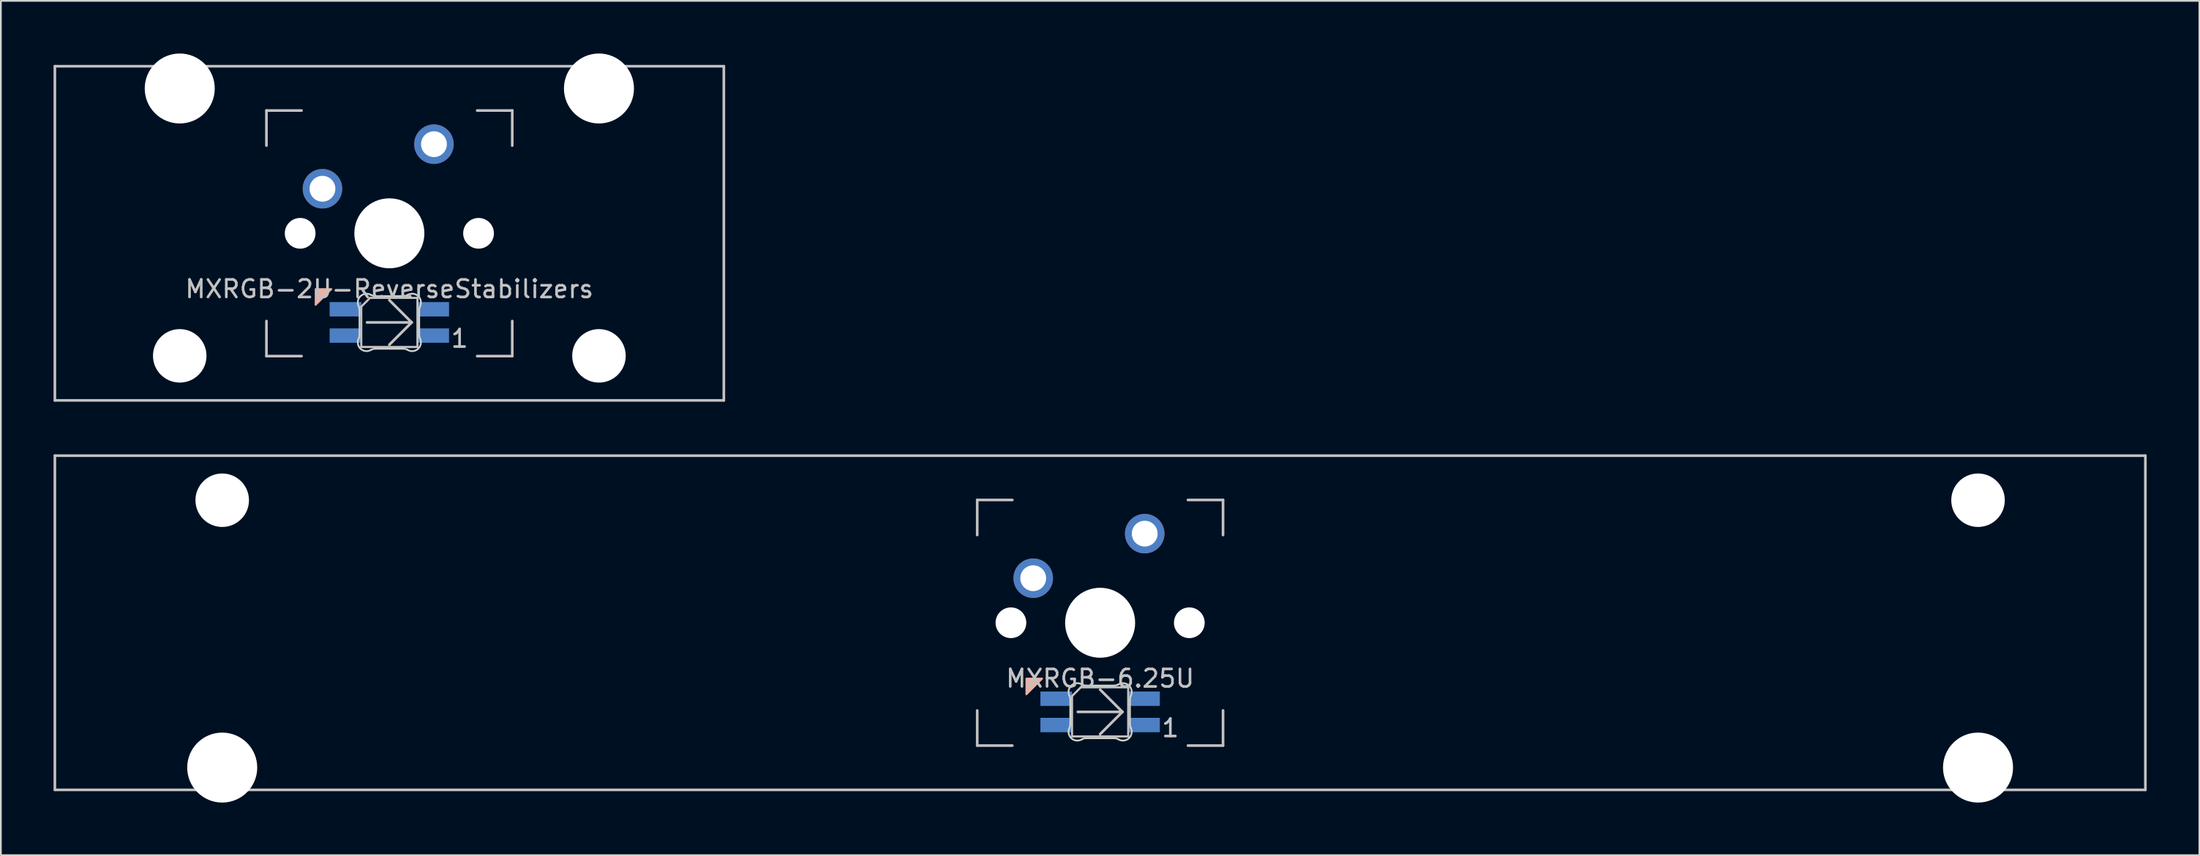
<source format=kicad_pcb>
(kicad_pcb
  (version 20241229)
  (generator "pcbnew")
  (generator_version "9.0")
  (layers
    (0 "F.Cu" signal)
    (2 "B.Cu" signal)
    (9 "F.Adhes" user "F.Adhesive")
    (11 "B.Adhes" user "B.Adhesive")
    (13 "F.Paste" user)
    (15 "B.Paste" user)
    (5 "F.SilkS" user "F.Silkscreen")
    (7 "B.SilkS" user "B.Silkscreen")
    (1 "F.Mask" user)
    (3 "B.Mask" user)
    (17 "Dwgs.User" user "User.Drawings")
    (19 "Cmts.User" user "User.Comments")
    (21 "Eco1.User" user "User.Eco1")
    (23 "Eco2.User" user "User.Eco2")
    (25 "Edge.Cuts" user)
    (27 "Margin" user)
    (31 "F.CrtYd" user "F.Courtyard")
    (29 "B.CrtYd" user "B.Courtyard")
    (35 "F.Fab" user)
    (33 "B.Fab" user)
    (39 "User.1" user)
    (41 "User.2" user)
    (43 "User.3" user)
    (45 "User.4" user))
  (footprint "MXRGB-6.25U"
    (layer "F.Cu")
    (at 59.606 32.449)
    (property "Reference" "MXRGB-6.25U" (at 0 3.175 0) (layer "Dwgs.User") (effects (font (size 1 1) (thickness 0.15))))
    (attr through_hole)
    (fp_poly (pts (xy -4.2 4.08) (xy -3.3 3.18) (xy -4.2 3.18)) (stroke (width 0.1) (type solid)) (fill yes) (layer "B.SilkS"))
    (fp_line (start -59.531 -9.525) (end 59.531 -9.525) (stroke (width 0.15) (type solid)) (layer "Dwgs.User"))
    (fp_line (start -59.531 9.525) (end -59.531 -9.525) (stroke (width 0.15) (type solid)) (layer "Dwgs.User"))
    (fp_line (start -59.531 9.525) (end 59.531 9.525) (stroke (width 0.15) (type solid)) (layer "Dwgs.User"))
    (fp_line (start -7 -7) (end -7 -5) (stroke (width 0.15) (type solid)) (layer "Dwgs.User"))
    (fp_line (start -7 5) (end -7 7) (stroke (width 0.15) (type solid)) (layer "Dwgs.User"))
    (fp_line (start -7 7) (end -5 7) (stroke (width 0.15) (type solid)) (layer "Dwgs.User"))
    (fp_line (start -5 -7) (end -7 -7) (stroke (width 0.15) (type solid)) (layer "Dwgs.User"))
    (fp_line (start -1.6 4.18) (end -1.6 6.48) (stroke (width 0.12) (type solid)) (layer "Dwgs.User"))
    (fp_line (start -1.6 4.18) (end -1.1 3.68) (stroke (width 0.12) (type solid)) (layer "Dwgs.User"))
    (fp_line (start -1.6 6.48) (end 1.6 6.48) (stroke (width 0.12) (type solid)) (layer "Dwgs.User"))
    (fp_line (start -1.27 5.08) (end 1.27 5.08) (stroke (width 0.15) (type solid)) (layer "Dwgs.User"))
    (fp_line (start 1.27 5.08) (end 0 3.81) (stroke (width 0.15) (type solid)) (layer "Dwgs.User"))
    (fp_line (start 1.27 5.08) (end 0 6.35) (stroke (width 0.15) (type solid)) (layer "Dwgs.User"))
    (fp_line (start 1.6 3.68) (end -1.1 3.68) (stroke (width 0.12) (type solid)) (layer "Dwgs.User"))
    (fp_line (start 1.6 6.48) (end 1.6 3.68) (stroke (width 0.12) (type solid)) (layer "Dwgs.User"))
    (fp_line (start 5 -7) (end 7 -7) (stroke (width 0.15) (type solid)) (layer "Dwgs.User"))
    (fp_line (start 5 7) (end 7 7) (stroke (width 0.15) (type solid)) (layer "Dwgs.User"))
    (fp_line (start 7 -7) (end 7 -5) (stroke (width 0.15) (type solid)) (layer "Dwgs.User"))
    (fp_line (start 7 7) (end 7 5) (stroke (width 0.15) (type solid)) (layer "Dwgs.User"))
    (fp_line (start 59.531 -9.525) (end 59.531 9.525) (stroke (width 0.15) (type solid)) (layer "Dwgs.User"))
    (fp_line (start -1.7 5.783) (end -1.7 4.377) (stroke (width 0.1) (type solid)) (layer "Edge.Cuts"))
    (fp_line (start -0.794 3.58) (end 0.794 3.58) (stroke (width 0.1) (type solid)) (layer "Edge.Cuts"))
    (fp_line (start 0.794 6.58) (end -0.794 6.58) (stroke (width 0.1) (type solid)) (layer "Edge.Cuts"))
    (fp_line (start 1.7 4.377) (end 1.7 5.783) (stroke (width 0.1) (type solid)) (layer "Edge.Cuts"))
    (fp_arc (start -1.749484 4.160281) (mid -1.712527 4.265933) (end -1.699999 4.377159) (stroke (width 0.1) (type solid)) (layer "Edge.Cuts"))
    (fp_arc (start -1.749484 4.160282) (mid -1.638072 3.575966) (end -1.046711 3.511702) (stroke (width 0.1) (type solid)) (layer "Edge.Cuts"))
    (fp_arc (start -1.699999 5.782844) (mid -1.712527 5.894069) (end -1.749484 5.999721) (stroke (width 0.1) (type solid)) (layer "Edge.Cuts"))
    (fp_arc (start -1.046711 6.648299) (mid -1.638071 6.584035) (end -1.749484 5.999721) (stroke (width 0.1) (type solid)) (layer "Edge.Cuts"))
    (fp_arc (start -1.046711 6.648299) (mid -0.925123 6.597377) (end -0.794453 6.58) (stroke (width 0.1) (type solid)) (layer "Edge.Cuts"))
    (fp_arc (start -0.794452 3.580001) (mid -0.925123 3.562624) (end -1.046711 3.511702) (stroke (width 0.1) (type solid)) (layer "Edge.Cuts"))
    (fp_arc (start 0.794453 6.580001) (mid 0.925123 6.597378) (end 1.046711 6.6483) (stroke (width 0.1) (type solid)) (layer "Edge.Cuts"))
    (fp_arc (start 1.04671 3.511702) (mid 0.925122 3.562624) (end 0.794452 3.580001) (stroke (width 0.1) (type solid)) (layer "Edge.Cuts"))
    (fp_arc (start 1.046711 3.511704) (mid 1.63807 3.575967) (end 1.749484 4.160281) (stroke (width 0.1) (type solid)) (layer "Edge.Cuts"))
    (fp_arc (start 1.699999 4.377158) (mid 1.712527 4.265933) (end 1.749484 4.160281) (stroke (width 0.1) (type solid)) (layer "Edge.Cuts"))
    (fp_arc (start 1.749484 5.999721) (mid 1.638071 6.584036) (end 1.046711 6.6483) (stroke (width 0.1) (type solid)) (layer "Edge.Cuts"))
    (fp_arc (start 1.749484 5.999721) (mid 1.712527 5.894069) (end 1.699999 5.782843) (stroke (width 0.1) (type solid)) (layer "Edge.Cuts"))
    (fp_text user "1" (at 4 6 0) (layer "Dwgs.User") (effects (font (size 1 1) (thickness 0.15))))
    (pad "" np_thru_hole circle (at -50 -6.985) (size 3.048 3.048) (drill 3.048) (layers "*.Cu" "*.Mask"))
    (pad "" np_thru_hole circle (at -50 8.255) (size 3.988 3.988) (drill 3.988) (layers "*.Cu" "*.Mask"))
    (pad "" np_thru_hole circle (at -5.08 0 48.1) (size 1.75 1.75) (drill 1.75) (layers "*.Cu" "*.Mask"))
    (pad "" np_thru_hole circle (at 0 0) (size 3.988 3.988) (drill 3.988) (layers "*.Cu" "*.Mask"))
    (pad "" np_thru_hole circle (at 5.08 0 48.1) (size 1.75 1.75) (drill 1.75) (layers "*.Cu" "*.Mask"))
    (pad "" np_thru_hole circle (at 50 -6.985) (size 3.048 3.048) (drill 3.048) (layers "*.Cu" "*.Mask"))
    (pad "" np_thru_hole circle (at 50 8.255) (size 3.988 3.988) (drill 3.988) (layers "*.Cu" "*.Mask"))
    (pad "1" thru_hole circle (at -3.81 -2.54) (size 2.25 2.25) (drill 1.47) (layers "*.Cu" "B.Mask"))
    (pad "2" thru_hole circle (at 2.54 -5.08) (size 2.25 2.25) (drill 1.47) (layers "*.Cu" "B.Mask"))
    (pad "3" smd rect (at 2.5 5.83) (size 1.8 0.82) (layers "B.Cu" "B.Mask" "B.Paste"))
    (pad "4" smd rect (at 2.5 4.33) (size 1.8 0.82) (layers "B.Cu" "B.Mask" "B.Paste"))
    (pad "5" smd rect (at -2.5 4.33) (size 1.8 0.82) (layers "B.Cu" "B.Mask" "B.Paste"))
    (pad "6" smd rect (at -2.5 5.83) (size 1.8 0.82) (layers "B.Cu" "B.Mask" "B.Paste")))
  (footprint "MXRGB-2U-ReverseStabilizers"
    (layer "F.Cu")
    (at 19.125 10.249)
    (property "Reference" "MXRGB-2U-ReverseStabilizers" (at 0 3.175 0) (layer "Dwgs.User") (effects (font (size 1 1) (thickness 0.15))))
    (attr through_hole)
    (fp_poly (pts (xy -4.2 4.08) (xy -3.3 3.18) (xy -4.2 3.18)) (stroke (width 0.1) (type solid)) (fill yes) (layer "B.SilkS"))
    (fp_line (start -19.05 -9.525) (end 19.05 -9.525) (stroke (width 0.15) (type solid)) (layer "Dwgs.User"))
    (fp_line (start -19.05 9.525) (end -19.05 -9.525) (stroke (width 0.15) (type solid)) (layer "Dwgs.User"))
    (fp_line (start -19.05 9.525) (end 19.05 9.525) (stroke (width 0.15) (type solid)) (layer "Dwgs.User"))
    (fp_line (start -7 -7) (end -7 -5) (stroke (width 0.15) (type solid)) (layer "Dwgs.User"))
    (fp_line (start -7 5) (end -7 7) (stroke (width 0.15) (type solid)) (layer "Dwgs.User"))
    (fp_line (start -7 7) (end -5 7) (stroke (width 0.15) (type solid)) (layer "Dwgs.User"))
    (fp_line (start -5 -7) (end -7 -7) (stroke (width 0.15) (type solid)) (layer "Dwgs.User"))
    (fp_line (start -1.6 4.18) (end -1.6 6.48) (stroke (width 0.12) (type solid)) (layer "Dwgs.User"))
    (fp_line (start -1.6 4.18) (end -1.1 3.68) (stroke (width 0.12) (type solid)) (layer "Dwgs.User"))
    (fp_line (start -1.6 6.48) (end 1.6 6.48) (stroke (width 0.12) (type solid)) (layer "Dwgs.User"))
    (fp_line (start -1.27 5.08) (end 1.27 5.08) (stroke (width 0.15) (type solid)) (layer "Dwgs.User"))
    (fp_line (start 1.27 5.08) (end 0 3.81) (stroke (width 0.15) (type solid)) (layer "Dwgs.User"))
    (fp_line (start 1.27 5.08) (end 0 6.35) (stroke (width 0.15) (type solid)) (layer "Dwgs.User"))
    (fp_line (start 1.6 3.68) (end -1.1 3.68) (stroke (width 0.12) (type solid)) (layer "Dwgs.User"))
    (fp_line (start 1.6 6.48) (end 1.6 3.68) (stroke (width 0.12) (type solid)) (layer "Dwgs.User"))
    (fp_line (start 5 -7) (end 7 -7) (stroke (width 0.15) (type solid)) (layer "Dwgs.User"))
    (fp_line (start 5 7) (end 7 7) (stroke (width 0.15) (type solid)) (layer "Dwgs.User"))
    (fp_line (start 7 -7) (end 7 -5) (stroke (width 0.15) (type solid)) (layer "Dwgs.User"))
    (fp_line (start 7 7) (end 7 5) (stroke (width 0.15) (type solid)) (layer "Dwgs.User"))
    (fp_line (start 19.05 -9.525) (end 19.05 9.525) (stroke (width 0.15) (type solid)) (layer "Dwgs.User"))
    (fp_line (start -1.7 5.783) (end -1.7 4.377) (stroke (width 0.1) (type solid)) (layer "Edge.Cuts"))
    (fp_line (start -0.794 3.58) (end 0.794 3.58) (stroke (width 0.1) (type solid)) (layer "Edge.Cuts"))
    (fp_line (start 0.794 6.58) (end -0.794 6.58) (stroke (width 0.1) (type solid)) (layer "Edge.Cuts"))
    (fp_line (start 1.7 4.377) (end 1.7 5.783) (stroke (width 0.1) (type solid)) (layer "Edge.Cuts"))
    (fp_arc (start -1.749484 4.160281) (mid -1.712527 4.265933) (end -1.699999 4.377159) (stroke (width 0.1) (type solid)) (layer "Edge.Cuts"))
    (fp_arc (start -1.749484 4.160282) (mid -1.638072 3.575966) (end -1.046711 3.511702) (stroke (width 0.1) (type solid)) (layer "Edge.Cuts"))
    (fp_arc (start -1.699999 5.782844) (mid -1.712527 5.894069) (end -1.749484 5.999721) (stroke (width 0.1) (type solid)) (layer "Edge.Cuts"))
    (fp_arc (start -1.046711 6.648299) (mid -1.638071 6.584035) (end -1.749484 5.999721) (stroke (width 0.1) (type solid)) (layer "Edge.Cuts"))
    (fp_arc (start -1.046711 6.648299) (mid -0.925123 6.597377) (end -0.794453 6.58) (stroke (width 0.1) (type solid)) (layer "Edge.Cuts"))
    (fp_arc (start -0.794452 3.580001) (mid -0.925123 3.562624) (end -1.046711 3.511702) (stroke (width 0.1) (type solid)) (layer "Edge.Cuts"))
    (fp_arc (start 0.794453 6.580001) (mid 0.925123 6.597378) (end 1.046711 6.6483) (stroke (width 0.1) (type solid)) (layer "Edge.Cuts"))
    (fp_arc (start 1.04671 3.511702) (mid 0.925122 3.562624) (end 0.794452 3.580001) (stroke (width 0.1) (type solid)) (layer "Edge.Cuts"))
    (fp_arc (start 1.046711 3.511704) (mid 1.63807 3.575967) (end 1.749484 4.160281) (stroke (width 0.1) (type solid)) (layer "Edge.Cuts"))
    (fp_arc (start 1.699999 4.377158) (mid 1.712527 4.265933) (end 1.749484 4.160281) (stroke (width 0.1) (type solid)) (layer "Edge.Cuts"))
    (fp_arc (start 1.749484 5.999721) (mid 1.638071 6.584036) (end 1.046711 6.6483) (stroke (width 0.1) (type solid)) (layer "Edge.Cuts"))
    (fp_arc (start 1.749484 5.999721) (mid 1.712527 5.894069) (end 1.699999 5.782843) (stroke (width 0.1) (type solid)) (layer "Edge.Cuts"))
    (fp_text user "1" (at 4 6 0) (layer "Dwgs.User") (effects (font (size 1 1) (thickness 0.15))))
    (pad "" np_thru_hole circle (at -11.938 -8.255) (size 3.988 3.988) (drill 3.988) (layers "*.Cu" "*.Mask"))
    (pad "" np_thru_hole circle (at -11.938 6.985) (size 3.048 3.048) (drill 3.048) (layers "*.Cu" "*.Mask"))
    (pad "" np_thru_hole circle (at -5.08 0 48.1) (size 1.75 1.75) (drill 1.75) (layers "*.Cu" "*.Mask"))
    (pad "" np_thru_hole circle (at 0 0) (size 3.988 3.988) (drill 3.988) (layers "*.Cu" "*.Mask"))
    (pad "" np_thru_hole circle (at 5.08 0 48.1) (size 1.75 1.75) (drill 1.75) (layers "*.Cu" "*.Mask"))
    (pad "" np_thru_hole circle (at 11.938 -8.255) (size 3.988 3.988) (drill 3.988) (layers "*.Cu" "*.Mask"))
    (pad "" np_thru_hole circle (at 11.938 6.985) (size 3.048 3.048) (drill 3.048) (layers "*.Cu" "*.Mask"))
    (pad "1" thru_hole circle (at -3.81 -2.54) (size 2.25 2.25) (drill 1.47) (layers "*.Cu" "B.Mask"))
    (pad "2" thru_hole circle (at 2.54 -5.08) (size 2.25 2.25) (drill 1.47) (layers "*.Cu" "B.Mask"))
    (pad "3" smd rect (at 2.5 5.83) (size 1.8 0.82) (layers "B.Cu" "B.Mask" "B.Paste"))
    (pad "4" smd rect (at 2.5 4.33) (size 1.8 0.82) (layers "B.Cu" "B.Mask" "B.Paste"))
    (pad "5" smd rect (at -2.5 4.33) (size 1.8 0.82) (layers "B.Cu" "B.Mask" "B.Paste"))
    (pad "6" smd rect (at -2.5 5.83) (size 1.8 0.82) (layers "B.Cu" "B.Mask" "B.Paste")))
  (gr_rect
    (start -3 -3)
    (end 122.213 45.698)
    (stroke (width 0.1) (type default))
    (fill no)
    (layer "Edge.Cuts")))
</source>
